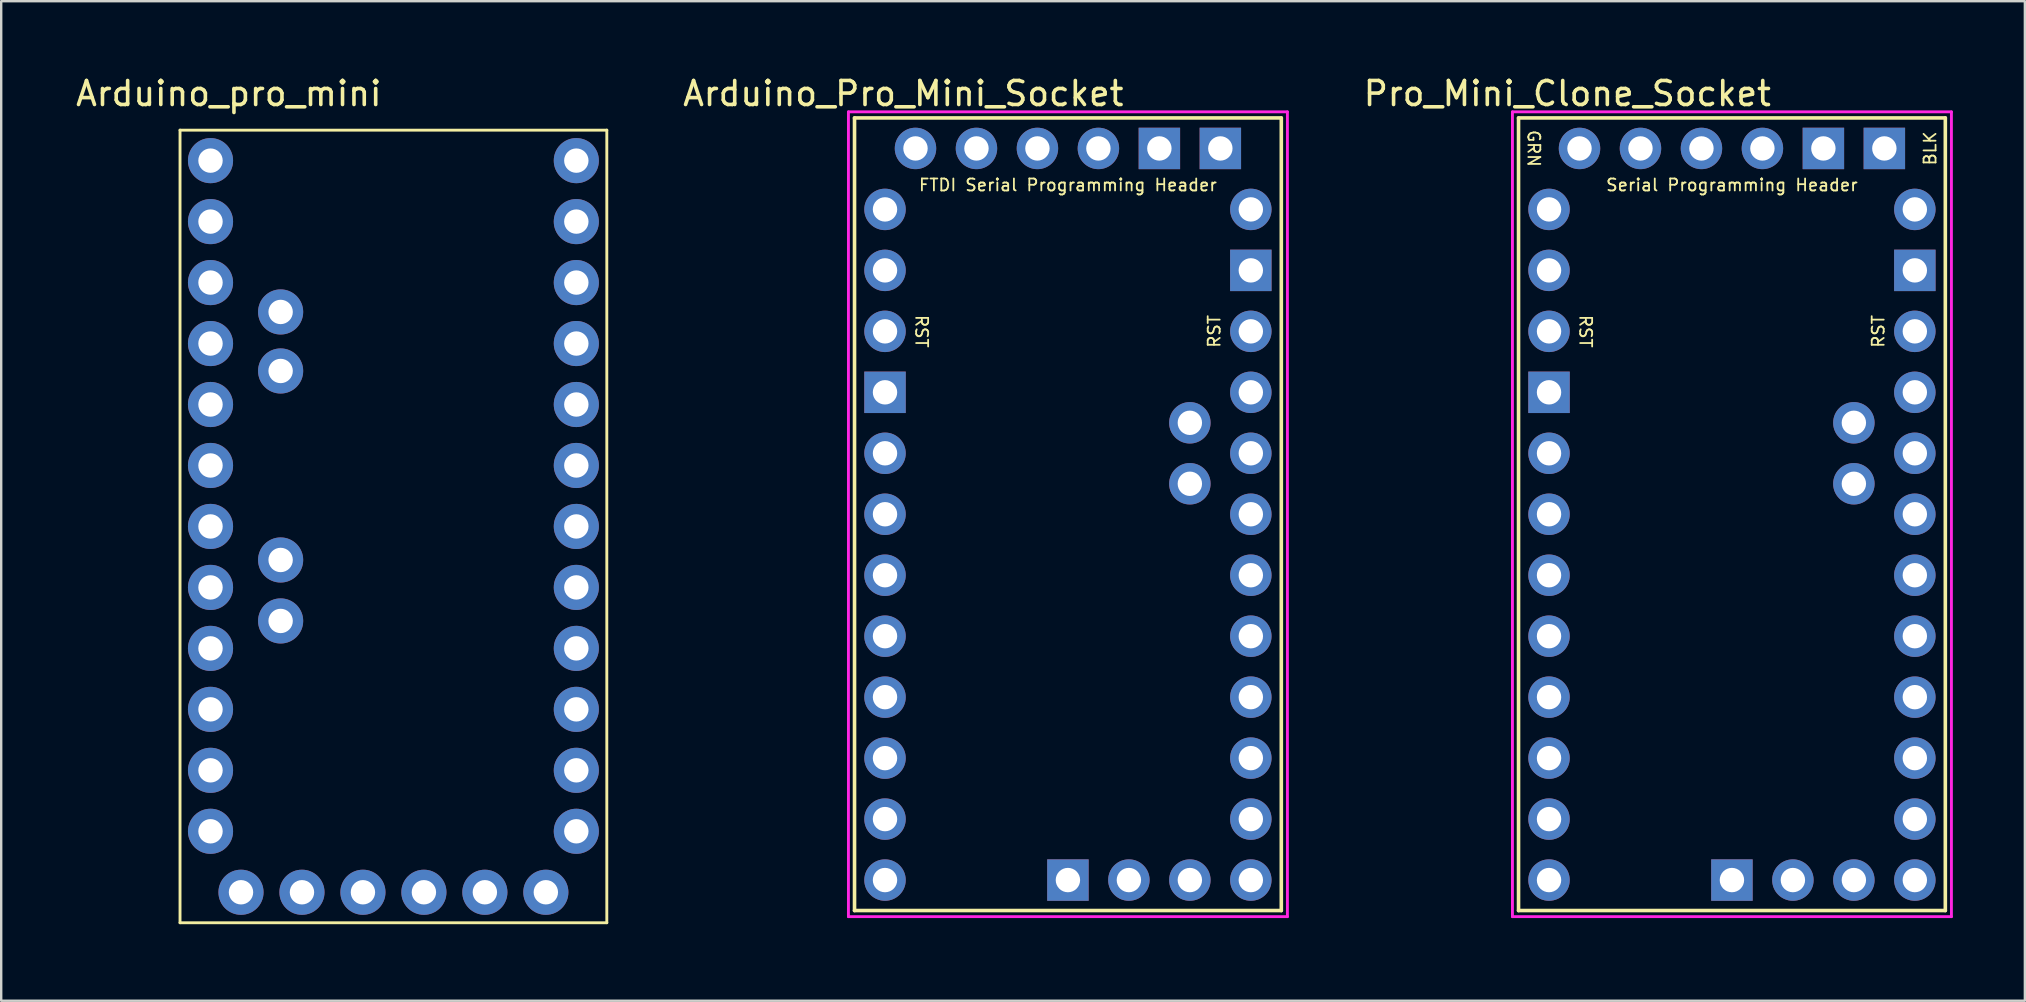
<source format=kicad_pcb>
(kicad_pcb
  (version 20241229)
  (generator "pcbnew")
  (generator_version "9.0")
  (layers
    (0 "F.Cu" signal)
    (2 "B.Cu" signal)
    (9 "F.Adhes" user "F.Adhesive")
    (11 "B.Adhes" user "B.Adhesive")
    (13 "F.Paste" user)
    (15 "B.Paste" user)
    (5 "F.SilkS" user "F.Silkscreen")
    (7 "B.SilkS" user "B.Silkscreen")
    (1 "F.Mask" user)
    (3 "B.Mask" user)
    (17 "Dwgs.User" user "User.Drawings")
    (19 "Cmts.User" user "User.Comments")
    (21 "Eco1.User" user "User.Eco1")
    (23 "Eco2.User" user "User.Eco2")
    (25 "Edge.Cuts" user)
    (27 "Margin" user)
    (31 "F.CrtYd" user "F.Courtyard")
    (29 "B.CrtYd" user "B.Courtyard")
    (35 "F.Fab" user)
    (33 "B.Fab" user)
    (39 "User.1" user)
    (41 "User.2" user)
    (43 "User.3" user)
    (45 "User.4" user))
  (footprint "Arduino_Pro_Mini_Socket"
    (layer "F.Cu")
    (at 41.44 18.374)
    (property "Reference" "Arduino_Pro_Mini_Socket" (at -6.858 -17.526 0) (layer "F.SilkS") (effects (font (size 1 1) (thickness 0.15))))
    (attr through_hole)
    (fp_line (start -8.89 -16.51) (end -8.89 16.51) (stroke (width 0.15) (type solid)) (layer "F.SilkS"))
    (fp_line (start 8.89 -16.51) (end -8.89 -16.51) (stroke (width 0.15) (type solid)) (layer "F.SilkS"))
    (fp_line (start 8.89 -16.51) (end 8.89 16.51) (stroke (width 0.15) (type solid)) (layer "F.SilkS"))
    (fp_line (start 8.89 16.51) (end -8.89 16.51) (stroke (width 0.15) (type solid)) (layer "F.SilkS"))
    (fp_line (start -9.144 -16.764) (end 9.144 -16.764) (stroke (width 0.12) (type solid)) (layer "F.CrtYd"))
    (fp_line (start -9.144 16.764) (end -9.144 -16.764) (stroke (width 0.12) (type solid)) (layer "F.CrtYd"))
    (fp_line (start 9.144 -16.764) (end 9.144 16.764) (stroke (width 0.12) (type solid)) (layer "F.CrtYd"))
    (fp_line (start 9.144 16.764) (end -9.144 16.764) (stroke (width 0.12) (type solid)) (layer "F.CrtYd"))
    (fp_text user "RST" (at 6.096 -7.62 90) (layer "F.SilkS") (effects (font (size 0.5 0.5) (thickness 0.075))))
    (fp_text user "RST" (at -6.096 -7.62 270) (unlocked yes) (layer "F.SilkS") (effects (font (size 0.5 0.5) (thickness 0.075))))
    (fp_text user "FTDI Serial Programming Header" (at 0 -13.716 180) (layer "F.SilkS") (effects (font (size 0.5 0.5) (thickness 0.075))))
    (pad "A0" thru_hole circle (at 7.62 5.08) (size 1.727 1.727) (drill 1.016) (layers "*.Cu" "*.Mask"))
    (pad "A1" thru_hole circle (at 7.62 2.54) (size 1.727 1.727) (drill 1.016) (layers "*.Cu" "*.Mask"))
    (pad "A2" thru_hole circle (at 7.62 0) (size 1.727 1.727) (drill 1.016) (layers "*.Cu" "*.Mask"))
    (pad "A3" thru_hole circle (at 7.62 -2.54) (size 1.727 1.727) (drill 1.016) (layers "*.Cu" "*.Mask"))
    (pad "A4" thru_hole circle (at 5.08 -1.27) (size 1.727 1.727) (drill 1.016) (layers "*.Cu" "*.Mask"))
    (pad "A5" thru_hole circle (at 5.08 -3.81) (size 1.727 1.727) (drill 1.016) (layers "*.Cu" "*.Mask"))
    (pad "A6" thru_hole circle (at 2.54 15.24) (size 1.727 1.727) (drill 1.016) (layers "*.Cu" "*.Mask"))
    (pad "A7" thru_hole circle (at 5.08 15.24) (size 1.727 1.727) (drill 1.016) (layers "*.Cu" "*.Mask"))
    (pad "D0" thru_hole circle (at -7.62 -10.16) (size 1.727 1.727) (drill 1.016) (layers "*.Cu" "*.Mask"))
    (pad "D1" thru_hole circle (at -7.62 -12.7) (size 1.727 1.727) (drill 1.016) (layers "*.Cu" "*.Mask"))
    (pad "D2" thru_hole circle (at -7.62 -2.54) (size 1.727 1.727) (drill 1.016) (layers "*.Cu" "*.Mask"))
    (pad "D3" thru_hole circle (at -7.62 0) (size 1.727 1.727) (drill 1.016) (layers "*.Cu" "*.Mask"))
    (pad "D4" thru_hole circle (at -7.62 2.54) (size 1.727 1.727) (drill 1.016) (layers "*.Cu" "*.Mask"))
    (pad "D5" thru_hole circle (at -7.62 5.08) (size 1.727 1.727) (drill 1.016) (layers "*.Cu" "*.Mask"))
    (pad "D6" thru_hole circle (at -7.62 7.62) (size 1.727 1.727) (drill 1.016) (layers "*.Cu" "*.Mask"))
    (pad "D7" thru_hole circle (at -7.62 10.16) (size 1.727 1.727) (drill 1.016) (layers "*.Cu" "*.Mask"))
    (pad "D8" thru_hole circle (at -7.62 12.7) (size 1.727 1.727) (drill 1.016) (layers "*.Cu" "*.Mask"))
    (pad "D9" thru_hole circle (at -7.62 15.24) (size 1.727 1.727) (drill 1.016) (layers "*.Cu" "*.Mask"))
    (pad "D10" thru_hole circle (at 7.62 15.24) (size 1.727 1.727) (drill 1.016) (layers "*.Cu" "*.Mask"))
    (pad "D11" thru_hole circle (at 7.62 12.7) (size 1.727 1.727) (drill 1.016) (layers "*.Cu" "*.Mask"))
    (pad "D12" thru_hole circle (at 7.62 10.16) (size 1.727 1.727) (drill 1.016) (layers "*.Cu" "*.Mask"))
    (pad "D13" thru_hole circle (at 7.62 7.62) (size 1.727 1.727) (drill 1.016) (layers "*.Cu" "*.Mask"))
    (pad "DTR" thru_hole circle (at -6.35 -15.24) (size 1.727 1.727) (drill 1.016) (layers "*.Cu" "*.Mask"))
    (pad "GND1" thru_hole rect (at -7.62 -5.08) (size 1.727 1.727) (drill 1.016) (layers "*.Cu" "*.Mask"))
    (pad "GND2" thru_hole rect (at 7.62 -10.16) (size 1.727 1.727) (drill 1.016) (layers "*.Cu" "*.Mask"))
    (pad "GND3" thru_hole rect (at 0 15.24) (size 1.727 1.727) (drill 1.016) (layers "*.Cu" "*.Mask"))
    (pad "GND4" thru_hole rect (at 3.81 -15.24) (size 1.727 1.727) (drill 1.016) (layers "*.Cu" "*.Mask"))
    (pad "GND5" thru_hole rect (at 6.35 -15.24) (size 1.727 1.727) (drill 1.016) (layers "*.Cu" "*.Mask"))
    (pad "RAW" thru_hole circle (at 7.62 -12.7) (size 1.727 1.727) (drill 1.016) (layers "*.Cu" "*.Mask"))
    (pad "RST1" thru_hole circle (at -7.62 -7.62) (size 1.727 1.727) (drill 1.016) (layers "*.Cu" "*.Mask"))
    (pad "RST2" thru_hole circle (at 7.62 -7.62) (size 1.727 1.727) (drill 1.016) (layers "*.Cu" "*.Mask"))
    (pad "RXI" thru_hole circle (at -1.27 -15.24) (size 1.727 1.727) (drill 1.016) (layers "*.Cu" "*.Mask"))
    (pad "TXO" thru_hole circle (at -3.81 -15.24) (size 1.727 1.727) (drill 1.016) (layers "*.Cu" "*.Mask"))
    (pad "Vcc1" thru_hole circle (at 7.62 -5.08) (size 1.727 1.727) (drill 1.016) (layers "*.Cu" "*.Mask"))
    (pad "Vcc2" thru_hole circle (at 1.27 -15.24) (size 1.727 1.727) (drill 1.016) (layers "*.Cu" "*.Mask")))
  (footprint "Arduino_pro_mini"
    (layer "F.Cu")
    (at 4.45 35.392)
    (property "Reference" "Arduino_pro_mini" (at 2.032 -34.544 0) (layer "F.SilkS") (effects (font (size 1 1) (thickness 0.15))))
    (attr through_hole)
    (fp_line (start 0 -33.02) (end 17.78 -33.02) (stroke (width 0.12) (type solid)) (layer "F.SilkS"))
    (fp_line (start 0 0) (end 0 -33.02) (stroke (width 0.12) (type solid)) (layer "F.SilkS"))
    (fp_line (start 0 0) (end 17.78 0) (stroke (width 0.12) (type solid)) (layer "F.SilkS"))
    (fp_line (start 17.78 0) (end 17.78 -33.02) (stroke (width 0.12) (type solid)) (layer "F.SilkS"))
    (pad "1" thru_hole circle (at 1.27 -31.75) (size 1.88 1.88) (drill 1.016) (layers "*.Cu" "*.Mask"))
    (pad "2" thru_hole circle (at 1.27 -29.21) (size 1.88 1.88) (drill 1.016) (layers "*.Cu" "*.Mask"))
    (pad "3" thru_hole circle (at 1.27 -26.67) (size 1.88 1.88) (drill 1.016) (layers "*.Cu" "*.Mask"))
    (pad "4" thru_hole circle (at 1.27 -24.13) (size 1.88 1.88) (drill 1.016) (layers "*.Cu" "*.Mask"))
    (pad "5" thru_hole circle (at 1.27 -21.59) (size 1.88 1.88) (drill 1.016) (layers "*.Cu" "*.Mask"))
    (pad "6" thru_hole circle (at 1.27 -19.05) (size 1.88 1.88) (drill 1.016) (layers "*.Cu" "*.Mask"))
    (pad "7" thru_hole circle (at 1.27 -16.51) (size 1.88 1.88) (drill 1.016) (layers "*.Cu" "*.Mask"))
    (pad "8" thru_hole circle (at 1.27 -13.97) (size 1.88 1.88) (drill 1.016) (layers "*.Cu" "*.Mask"))
    (pad "9" thru_hole circle (at 1.27 -11.43) (size 1.88 1.88) (drill 1.016) (layers "*.Cu" "*.Mask"))
    (pad "10" thru_hole circle (at 1.27 -8.89) (size 1.88 1.88) (drill 1.016) (layers "*.Cu" "*.Mask"))
    (pad "11" thru_hole circle (at 1.27 -6.35) (size 1.88 1.88) (drill 1.016) (layers "*.Cu" "*.Mask"))
    (pad "12" thru_hole circle (at 1.27 -3.81) (size 1.88 1.88) (drill 1.016) (layers "*.Cu" "*.Mask"))
    (pad "13" thru_hole circle (at 2.54 -1.27) (size 1.88 1.88) (drill 1.016) (layers "*.Cu" "*.Mask"))
    (pad "14" thru_hole circle (at 5.08 -1.27) (size 1.88 1.88) (drill 1.016) (layers "*.Cu" "*.Mask"))
    (pad "15" thru_hole circle (at 7.62 -1.27) (size 1.88 1.88) (drill 1.016) (layers "*.Cu" "*.Mask"))
    (pad "16" thru_hole circle (at 10.16 -1.27) (size 1.88 1.88) (drill 1.016) (layers "*.Cu" "*.Mask"))
    (pad "17" thru_hole circle (at 12.7 -1.27) (size 1.88 1.88) (drill 1.016) (layers "*.Cu" "*.Mask"))
    (pad "18" thru_hole circle (at 15.24 -1.27) (size 1.88 1.88) (drill 1.016) (layers "*.Cu" "*.Mask"))
    (pad "19" thru_hole circle (at 16.51 -3.81) (size 1.88 1.88) (drill 1.016) (layers "*.Cu" "*.Mask"))
    (pad "20" thru_hole circle (at 16.51 -6.35) (size 1.88 1.88) (drill 1.016) (layers "*.Cu" "*.Mask"))
    (pad "21" thru_hole circle (at 16.51 -8.89) (size 1.88 1.88) (drill 1.016) (layers "*.Cu" "*.Mask"))
    (pad "22" thru_hole circle (at 16.51 -11.43) (size 1.88 1.88) (drill 1.016) (layers "*.Cu" "*.Mask"))
    (pad "23" thru_hole circle (at 16.51 -13.97) (size 1.88 1.88) (drill 1.016) (layers "*.Cu" "*.Mask"))
    (pad "24" thru_hole circle (at 16.51 -16.51) (size 1.88 1.88) (drill 1.016) (layers "*.Cu" "*.Mask"))
    (pad "25" thru_hole circle (at 16.51 -19.05) (size 1.88 1.88) (drill 1.016) (layers "*.Cu" "*.Mask"))
    (pad "26" thru_hole circle (at 16.51 -21.59) (size 1.88 1.88) (drill 1.016) (layers "*.Cu" "*.Mask"))
    (pad "27" thru_hole circle (at 16.51 -24.13) (size 1.88 1.88) (drill 1.016) (layers "*.Cu" "*.Mask"))
    (pad "28" thru_hole circle (at 16.51 -26.67) (size 1.88 1.88) (drill 1.016) (layers "*.Cu" "*.Mask"))
    (pad "29" thru_hole circle (at 16.51 -29.21) (size 1.88 1.88) (drill 1.016) (layers "*.Cu" "*.Mask"))
    (pad "30" thru_hole circle (at 16.51 -31.75) (size 1.88 1.88) (drill 1.016) (layers "*.Cu" "*.Mask"))
    (pad "31" thru_hole circle (at 4.191 -15.113) (size 1.88 1.88) (drill 1.016) (layers "*.Cu" "*.Mask"))
    (pad "32" thru_hole circle (at 4.191 -12.573) (size 1.88 1.88) (drill 1.016) (layers "*.Cu" "*.Mask"))
    (pad "33" thru_hole circle (at 4.191 -25.446) (size 1.88 1.88) (drill 1.016) (layers "*.Cu" "*.Mask"))
    (pad "34" thru_hole circle (at 4.191 -22.987) (size 1.88 1.88) (drill 1.016) (layers "*.Cu" "*.Mask")))
  (footprint "Pro_Mini_Clone_Socket"
    (layer "F.Cu")
    (at 69.103 18.374)
    (property "Reference" "Pro_Mini_Clone_Socket" (at -6.858 -17.526 0) (layer "F.SilkS") (effects (font (size 1 1) (thickness 0.15))))
    (attr through_hole)
    (fp_line (start -8.89 -16.51) (end -8.89 16.51) (stroke (width 0.15) (type solid)) (layer "F.SilkS"))
    (fp_line (start 8.89 -16.51) (end -8.89 -16.51) (stroke (width 0.15) (type solid)) (layer "F.SilkS"))
    (fp_line (start 8.89 -16.51) (end 8.89 16.51) (stroke (width 0.15) (type solid)) (layer "F.SilkS"))
    (fp_line (start 8.89 16.51) (end -8.89 16.51) (stroke (width 0.15) (type solid)) (layer "F.SilkS"))
    (fp_line (start -9.144 -16.764) (end 9.144 -16.764) (stroke (width 0.12) (type solid)) (layer "F.CrtYd"))
    (fp_line (start -9.144 16.764) (end -9.144 -16.764) (stroke (width 0.12) (type solid)) (layer "F.CrtYd"))
    (fp_line (start 9.144 -16.764) (end 9.144 16.764) (stroke (width 0.12) (type solid)) (layer "F.CrtYd"))
    (fp_line (start 9.144 16.764) (end -9.144 16.764) (stroke (width 0.12) (type solid)) (layer "F.CrtYd"))
    (fp_text user "BLK" (at 8.255 -15.24 90) (layer "F.SilkS") (effects (font (size 0.5 0.5) (thickness 0.075))))
    (fp_text user "GRN" (at -8.255 -15.24 270) (unlocked yes) (layer "F.SilkS") (effects (font (size 0.5 0.5) (thickness 0.075))))
    (fp_text user "Serial Programming Header" (at 0 -13.716 180) (layer "F.SilkS") (effects (font (size 0.5 0.5) (thickness 0.075))))
    (fp_text user "RST" (at 6.096 -7.62 90) (layer "F.SilkS") (effects (font (size 0.5 0.5) (thickness 0.075))))
    (fp_text user "RST" (at -6.096 -7.62 270) (unlocked yes) (layer "F.SilkS") (effects (font (size 0.5 0.5) (thickness 0.075))))
    (pad "A0" thru_hole circle (at 7.62 5.08) (size 1.727 1.727) (drill 1.016) (layers "*.Cu" "*.Mask"))
    (pad "A1" thru_hole circle (at 7.62 2.54) (size 1.727 1.727) (drill 1.016) (layers "*.Cu" "*.Mask"))
    (pad "A2" thru_hole circle (at 7.62 0) (size 1.727 1.727) (drill 1.016) (layers "*.Cu" "*.Mask"))
    (pad "A3" thru_hole circle (at 7.62 -2.54) (size 1.727 1.727) (drill 1.016) (layers "*.Cu" "*.Mask"))
    (pad "A4" thru_hole circle (at 5.08 -1.27) (size 1.727 1.727) (drill 1.016) (layers "*.Cu" "*.Mask"))
    (pad "A5" thru_hole circle (at 5.08 -3.81) (size 1.727 1.727) (drill 1.016) (layers "*.Cu" "*.Mask"))
    (pad "A6" thru_hole circle (at 2.54 15.24) (size 1.727 1.727) (drill 1.016) (layers "*.Cu" "*.Mask"))
    (pad "A7" thru_hole circle (at 5.08 15.24) (size 1.727 1.727) (drill 1.016) (layers "*.Cu" "*.Mask"))
    (pad "D0" thru_hole circle (at -7.62 -10.16) (size 1.727 1.727) (drill 1.016) (layers "*.Cu" "*.Mask"))
    (pad "D1" thru_hole circle (at -7.62 -12.7) (size 1.727 1.727) (drill 1.016) (layers "*.Cu" "*.Mask"))
    (pad "D2" thru_hole circle (at -7.62 -2.54) (size 1.727 1.727) (drill 1.016) (layers "*.Cu" "*.Mask"))
    (pad "D3" thru_hole circle (at -7.62 0) (size 1.727 1.727) (drill 1.016) (layers "*.Cu" "*.Mask"))
    (pad "D4" thru_hole circle (at -7.62 2.54) (size 1.727 1.727) (drill 1.016) (layers "*.Cu" "*.Mask"))
    (pad "D5" thru_hole circle (at -7.62 5.08) (size 1.727 1.727) (drill 1.016) (layers "*.Cu" "*.Mask"))
    (pad "D6" thru_hole circle (at -7.62 7.62) (size 1.727 1.727) (drill 1.016) (layers "*.Cu" "*.Mask"))
    (pad "D7" thru_hole circle (at -7.62 10.16) (size 1.727 1.727) (drill 1.016) (layers "*.Cu" "*.Mask"))
    (pad "D8" thru_hole circle (at -7.62 12.7) (size 1.727 1.727) (drill 1.016) (layers "*.Cu" "*.Mask"))
    (pad "D9" thru_hole circle (at -7.62 15.24) (size 1.727 1.727) (drill 1.016) (layers "*.Cu" "*.Mask"))
    (pad "D10" thru_hole circle (at 7.62 15.24) (size 1.727 1.727) (drill 1.016) (layers "*.Cu" "*.Mask"))
    (pad "D11" thru_hole circle (at 7.62 12.7) (size 1.727 1.727) (drill 1.016) (layers "*.Cu" "*.Mask"))
    (pad "D12" thru_hole circle (at 7.62 10.16) (size 1.727 1.727) (drill 1.016) (layers "*.Cu" "*.Mask"))
    (pad "D13" thru_hole circle (at 7.62 7.62) (size 1.727 1.727) (drill 1.016) (layers "*.Cu" "*.Mask"))
    (pad "DTR" thru_hole circle (at -6.35 -15.24) (size 1.727 1.727) (drill 1.016) (layers "*.Cu" "*.Mask"))
    (pad "GND1" thru_hole rect (at -7.62 -5.08) (size 1.727 1.727) (drill 1.016) (layers "*.Cu" "*.Mask"))
    (pad "GND2" thru_hole rect (at 7.62 -10.16) (size 1.727 1.727) (drill 1.016) (layers "*.Cu" "*.Mask"))
    (pad "GND3" thru_hole rect (at 0 15.24) (size 1.727 1.727) (drill 1.016) (layers "*.Cu" "*.Mask"))
    (pad "GND4" thru_hole rect (at 3.81 -15.24) (size 1.727 1.727) (drill 1.016) (layers "*.Cu" "*.Mask"))
    (pad "GND5" thru_hole rect (at 6.35 -15.24) (size 1.727 1.727) (drill 1.016) (layers "*.Cu" "*.Mask"))
    (pad "RAW" thru_hole circle (at 7.62 -12.7) (size 1.727 1.727) (drill 1.016) (layers "*.Cu" "*.Mask"))
    (pad "RST1" thru_hole circle (at -7.62 -7.62) (size 1.727 1.727) (drill 1.016) (layers "*.Cu" "*.Mask"))
    (pad "RST2" thru_hole circle (at 7.62 -7.62) (size 1.727 1.727) (drill 1.016) (layers "*.Cu" "*.Mask"))
    (pad "RXI" thru_hole circle (at -1.27 -15.24) (size 1.727 1.727) (drill 1.016) (layers "*.Cu" "*.Mask"))
    (pad "TXO" thru_hole circle (at -3.81 -15.24) (size 1.727 1.727) (drill 1.016) (layers "*.Cu" "*.Mask"))
    (pad "Vcc1" thru_hole circle (at 7.62 -5.08) (size 1.727 1.727) (drill 1.016) (layers "*.Cu" "*.Mask"))
    (pad "Vcc2" thru_hole circle (at 1.27 -15.24) (size 1.727 1.727) (drill 1.016) (layers "*.Cu" "*.Mask")))
  (gr_rect
    (start -3 -3)
    (end 81.307 38.642)
    (stroke (width 0.1) (type default))
    (fill no)
    (layer "Edge.Cuts")))
</source>
